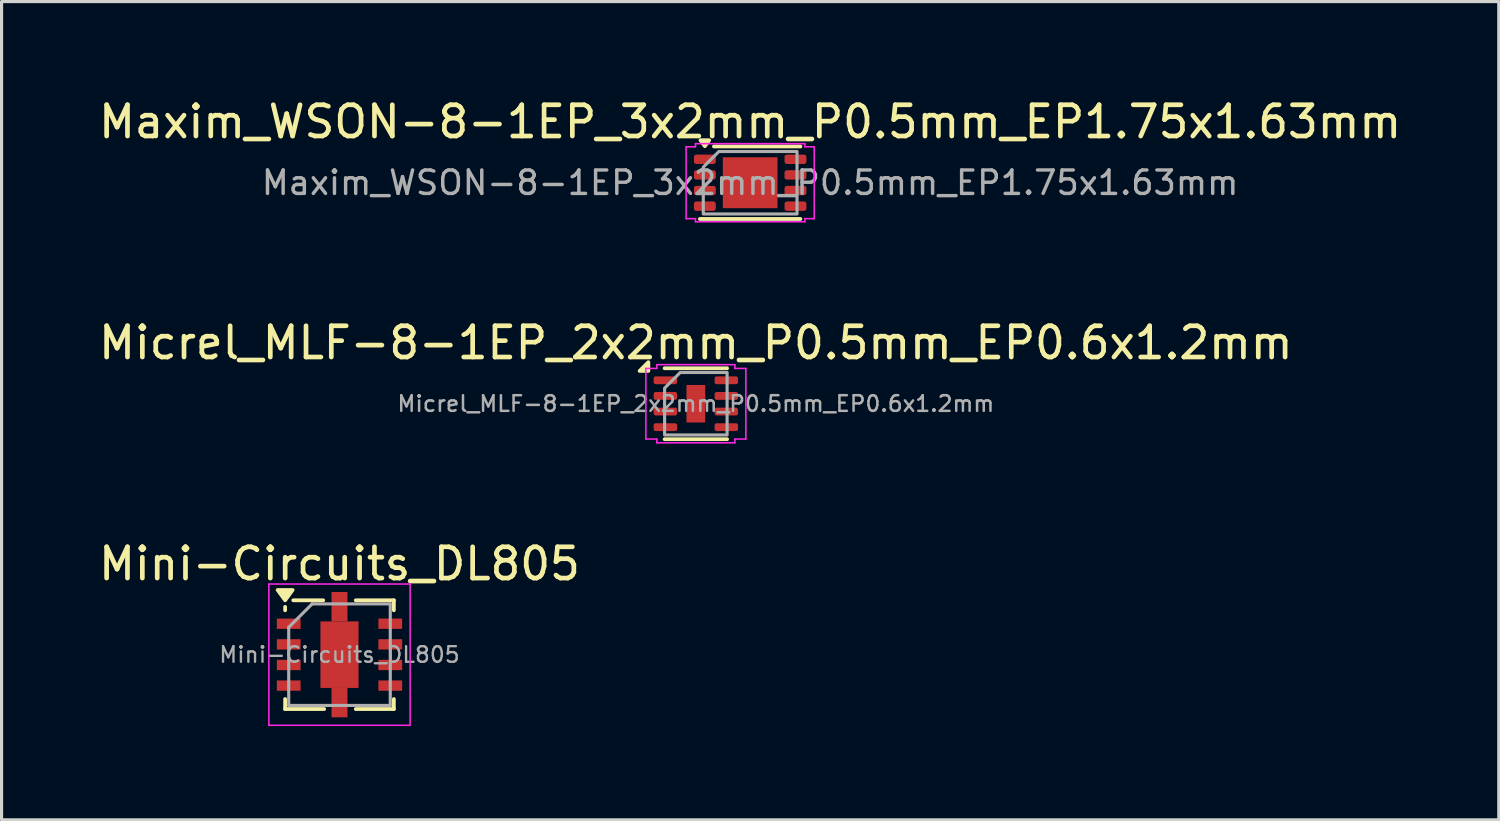
<source format=kicad_pcb>
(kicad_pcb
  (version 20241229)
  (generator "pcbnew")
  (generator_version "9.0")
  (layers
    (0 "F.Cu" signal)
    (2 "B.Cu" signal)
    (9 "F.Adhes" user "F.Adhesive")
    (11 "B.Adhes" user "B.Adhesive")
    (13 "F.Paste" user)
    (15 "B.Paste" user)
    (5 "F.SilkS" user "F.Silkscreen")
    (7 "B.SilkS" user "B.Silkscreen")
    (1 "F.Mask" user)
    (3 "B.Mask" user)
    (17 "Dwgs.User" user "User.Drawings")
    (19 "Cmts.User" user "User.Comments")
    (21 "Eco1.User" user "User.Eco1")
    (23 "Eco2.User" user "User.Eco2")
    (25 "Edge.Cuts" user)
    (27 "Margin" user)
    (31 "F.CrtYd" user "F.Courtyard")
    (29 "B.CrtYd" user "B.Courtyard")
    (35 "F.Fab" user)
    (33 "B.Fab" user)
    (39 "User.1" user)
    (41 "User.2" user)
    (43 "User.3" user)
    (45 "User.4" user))
  (footprint "Maxim_WSON-8-1EP_3x2mm_P0.5mm_EP1.75x1.63mm"
    (layer "F.Cu")
    (at 20.958 2.798)
    (property "Reference" "Maxim_WSON-8-1EP_3x2mm_P0.5mm_EP1.75x1.63mm" (at 0 -1.95 0) (layer "F.SilkS") (effects (font (size 1 1) (thickness 0.15))))
    (attr smd)
    (fp_line (start -1.159 -1.16) (end 1.61 -1.16) (stroke (width 0.12) (type solid)) (layer "F.SilkS"))
    (fp_line (start 1.61 1.16) (end -1.61 1.16) (stroke (width 0.12) (type solid)) (layer "F.SilkS"))
    (fp_poly (pts (xy -1.45 -1.17) (xy -1.59 -1.36) (xy -1.31 -1.36)) (stroke (width 0.12) (type solid)) (fill yes) (layer "F.SilkS"))
    (fp_line (start -2.05 -1.15) (end -1.75 -1.15) (stroke (width 0.05) (type solid)) (layer "F.CrtYd"))
    (fp_line (start -2.05 1.15) (end -2.05 -1.15) (stroke (width 0.05) (type solid)) (layer "F.CrtYd"))
    (fp_line (start -1.75 -1.25) (end 1.75 -1.25) (stroke (width 0.05) (type solid)) (layer "F.CrtYd"))
    (fp_line (start -1.75 -1.15) (end -1.75 -1.25) (stroke (width 0.05) (type solid)) (layer "F.CrtYd"))
    (fp_line (start -1.75 1.15) (end -2.05 1.15) (stroke (width 0.05) (type solid)) (layer "F.CrtYd"))
    (fp_line (start -1.75 1.25) (end -1.75 1.15) (stroke (width 0.05) (type solid)) (layer "F.CrtYd"))
    (fp_line (start 1.75 -1.25) (end 1.75 -1.15) (stroke (width 0.05) (type solid)) (layer "F.CrtYd"))
    (fp_line (start 1.75 -1.15) (end 2.05 -1.15) (stroke (width 0.05) (type solid)) (layer "F.CrtYd"))
    (fp_line (start 1.75 1.15) (end 1.75 1.25) (stroke (width 0.05) (type solid)) (layer "F.CrtYd"))
    (fp_line (start 1.75 1.25) (end -1.75 1.25) (stroke (width 0.05) (type solid)) (layer "F.CrtYd"))
    (fp_line (start 2.05 -1.15) (end 2.05 1.15) (stroke (width 0.05) (type solid)) (layer "F.CrtYd"))
    (fp_line (start 2.05 1.15) (end 1.75 1.15) (stroke (width 0.05) (type solid)) (layer "F.CrtYd"))
    (fp_poly (pts (xy -1.5 -0.5) (xy -1.5 1) (xy 1.5 1) (xy 1.5 -1) (xy -1 -1)) (stroke (width 0.1) (type solid)) (fill no) (layer "F.Fab"))
    (fp_text user "${REFERENCE}" (at 0 0 0) (layer "F.Fab") (effects (font (size 0.75 0.75) (thickness 0.11))))
    (pad "" smd roundrect (at 0 0) (size 1.41 1.31) (layers "F.Paste") (roundrect_rratio 0.191))
    (pad "1" smd roundrect (at -1.45 -0.75) (size 0.7 0.3) (layers "F.Cu" "F.Mask" "F.Paste") (roundrect_rratio 0.25))
    (pad "2" smd roundrect (at -1.45 -0.25) (size 0.7 0.3) (layers "F.Cu" "F.Mask" "F.Paste") (roundrect_rratio 0.25))
    (pad "3" smd roundrect (at -1.45 0.25) (size 0.7 0.3) (layers "F.Cu" "F.Mask" "F.Paste") (roundrect_rratio 0.25))
    (pad "4" smd roundrect (at -1.45 0.75) (size 0.7 0.3) (layers "F.Cu" "F.Mask" "F.Paste") (roundrect_rratio 0.25))
    (pad "5" smd roundrect (at 1.45 0.75) (size 0.7 0.3) (layers "F.Cu" "F.Mask" "F.Paste") (roundrect_rratio 0.25))
    (pad "6" smd roundrect (at 1.45 0.25) (size 0.7 0.3) (layers "F.Cu" "F.Mask" "F.Paste") (roundrect_rratio 0.25))
    (pad "7" smd roundrect (at 1.45 -0.25) (size 0.7 0.3) (layers "F.Cu" "F.Mask" "F.Paste") (roundrect_rratio 0.25))
    (pad "8" smd roundrect (at 1.45 -0.75) (size 0.7 0.3) (layers "F.Cu" "F.Mask" "F.Paste") (roundrect_rratio 0.25))
    (pad "9" smd rect (at 0 0) (size 1.75 1.63) (property pad_prop_heatsink) (layers "F.Cu" "F.Mask")))
  (footprint "Micrel_MLF-8-1EP_2x2mm_P0.5mm_EP0.6x1.2mm"
    (layer "F.Cu")
    (at 19.22 9.871)
    (property "Reference" "Micrel_MLF-8-1EP_2x2mm_P0.5mm_EP0.6x1.2mm" (at 0 -1.95 0) (layer "F.SilkS") (effects (font (size 1 1) (thickness 0.15))))
    (attr smd)
    (fp_line (start -1 -1.135) (end 1 -1.135) (stroke (width 0.12) (type solid)) (layer "F.SilkS"))
    (fp_line (start -1 1.135) (end 1 1.135) (stroke (width 0.12) (type solid)) (layer "F.SilkS"))
    (fp_poly (pts (xy -1.52 -1.05) (xy -1.8 -1.05) (xy -1.52 -1.33)) (stroke (width 0.12) (type solid)) (fill yes) (layer "F.SilkS"))
    (fp_line (start -1.6 -1.13) (end -1.25 -1.13) (stroke (width 0.05) (type solid)) (layer "F.CrtYd"))
    (fp_line (start -1.6 1.13) (end -1.6 -1.13) (stroke (width 0.05) (type solid)) (layer "F.CrtYd"))
    (fp_line (start -1.25 -1.25) (end 1.25 -1.25) (stroke (width 0.05) (type solid)) (layer "F.CrtYd"))
    (fp_line (start -1.25 -1.13) (end -1.25 -1.25) (stroke (width 0.05) (type solid)) (layer "F.CrtYd"))
    (fp_line (start -1.25 1.13) (end -1.6 1.13) (stroke (width 0.05) (type solid)) (layer "F.CrtYd"))
    (fp_line (start -1.25 1.25) (end -1.25 1.13) (stroke (width 0.05) (type solid)) (layer "F.CrtYd"))
    (fp_line (start 1.25 -1.25) (end 1.25 -1.13) (stroke (width 0.05) (type solid)) (layer "F.CrtYd"))
    (fp_line (start 1.25 -1.13) (end 1.6 -1.13) (stroke (width 0.05) (type solid)) (layer "F.CrtYd"))
    (fp_line (start 1.25 1.13) (end 1.25 1.25) (stroke (width 0.05) (type solid)) (layer "F.CrtYd"))
    (fp_line (start 1.25 1.25) (end -1.25 1.25) (stroke (width 0.05) (type solid)) (layer "F.CrtYd"))
    (fp_line (start 1.6 -1.13) (end 1.6 1.13) (stroke (width 0.05) (type solid)) (layer "F.CrtYd"))
    (fp_line (start 1.6 1.13) (end 1.25 1.13) (stroke (width 0.05) (type solid)) (layer "F.CrtYd"))
    (fp_poly (pts (xy -1 -0.5) (xy -1 1) (xy 1 1) (xy 1 -1) (xy -0.5 -1)) (stroke (width 0.1) (type solid)) (fill no) (layer "F.Fab"))
    (fp_text user "${REFERENCE}" (at 0 0 0) (layer "F.Fab") (effects (font (size 0.5 0.5) (thickness 0.08))))
    (pad "" smd roundrect (at 0 -0.3) (size 0.48 0.48) (layers "F.Paste") (roundrect_rratio 0.25))
    (pad "" smd roundrect (at 0 0.3) (size 0.48 0.48) (layers "F.Paste") (roundrect_rratio 0.25))
    (pad "1" smd roundrect (at -0.975 -0.75) (size 0.75 0.25) (layers "F.Cu" "F.Mask" "F.Paste") (roundrect_rratio 0.25))
    (pad "2" smd roundrect (at -0.975 -0.25) (size 0.75 0.25) (layers "F.Cu" "F.Mask" "F.Paste") (roundrect_rratio 0.25))
    (pad "3" smd roundrect (at -0.975 0.25) (size 0.75 0.25) (layers "F.Cu" "F.Mask" "F.Paste") (roundrect_rratio 0.25))
    (pad "4" smd roundrect (at -0.975 0.75) (size 0.75 0.25) (layers "F.Cu" "F.Mask" "F.Paste") (roundrect_rratio 0.25))
    (pad "5" smd roundrect (at 0.975 0.75) (size 0.75 0.25) (layers "F.Cu" "F.Mask" "F.Paste") (roundrect_rratio 0.25))
    (pad "6" smd roundrect (at 0.975 0.25) (size 0.75 0.25) (layers "F.Cu" "F.Mask" "F.Paste") (roundrect_rratio 0.25))
    (pad "7" smd roundrect (at 0.975 -0.25) (size 0.75 0.25) (layers "F.Cu" "F.Mask" "F.Paste") (roundrect_rratio 0.25))
    (pad "8" smd roundrect (at 0.975 -0.75) (size 0.75 0.25) (layers "F.Cu" "F.Mask" "F.Paste") (roundrect_rratio 0.25))
    (pad "9" smd rect (at 0 0) (size 0.6 1.2) (property pad_prop_heatsink) (layers "F.Cu" "F.Mask")))
  (footprint "Mini-Circuits_DL805"
    (layer "F.Cu")
    (at 7.815 17.902)
    (property "Reference" "Mini-Circuits_DL805" (at 0 -2.907 0) (layer "F.SilkS") (effects (font (size 1 1) (thickness 0.15))))
    (attr smd)
    (fp_line (start -1.74 -1.53) (end -1.74 -1.42) (stroke (width 0.12) (type default)) (layer "F.SilkS"))
    (fp_line (start -1.74 1.74) (end -1.74 1.42) (stroke (width 0.12) (type solid)) (layer "F.SilkS"))
    (fp_line (start -0.52 -1.74) (end -1.48 -1.74) (stroke (width 0.12) (type solid)) (layer "F.SilkS"))
    (fp_line (start -0.49 1.74) (end -1.74 1.74) (stroke (width 0.12) (type solid)) (layer "F.SilkS"))
    (fp_line (start 0.52 -1.74) (end 1.74 -1.74) (stroke (width 0.12) (type solid)) (layer "F.SilkS"))
    (fp_line (start 1.74 -1.74) (end 1.74 -1.42) (stroke (width 0.12) (type solid)) (layer "F.SilkS"))
    (fp_line (start 1.74 1.42) (end 1.74 1.74) (stroke (width 0.12) (type solid)) (layer "F.SilkS"))
    (fp_line (start 1.74 1.74) (end 0.52 1.74) (stroke (width 0.12) (type solid)) (layer "F.SilkS"))
    (fp_poly (pts (xy -1.74 -1.74) (xy -1.98 -2.07) (xy -1.5 -2.07) (xy -1.74 -1.74)) (stroke (width 0.12) (type solid)) (fill yes) (layer "F.SilkS"))
    (fp_line (start -2.26 -2.26) (end -2.26 2.26) (stroke (width 0.05) (type solid)) (layer "F.CrtYd"))
    (fp_line (start -2.26 2.26) (end 2.26 2.26) (stroke (width 0.05) (type solid)) (layer "F.CrtYd"))
    (fp_line (start 2.26 -2.26) (end -2.26 -2.26) (stroke (width 0.05) (type solid)) (layer "F.CrtYd"))
    (fp_line (start 2.26 2.26) (end 2.26 -2.26) (stroke (width 0.05) (type solid)) (layer "F.CrtYd"))
    (fp_line (start -1.625 -0.875) (end -0.875 -1.625) (stroke (width 0.1) (type solid)) (layer "F.Fab"))
    (fp_line (start -1.625 1.625) (end -1.625 -0.875) (stroke (width 0.1) (type solid)) (layer "F.Fab"))
    (fp_line (start -0.875 -1.625) (end 1.625 -1.625) (stroke (width 0.1) (type solid)) (layer "F.Fab"))
    (fp_line (start 1.625 -1.625) (end 1.625 1.625) (stroke (width 0.1) (type solid)) (layer "F.Fab"))
    (fp_line (start 1.625 1.625) (end -1.625 1.625) (stroke (width 0.1) (type solid)) (layer "F.Fab"))
    (fp_text user "${REFERENCE}" (at 0 0 0) (layer "F.Fab") (effects (font (size 0.5 0.5) (thickness 0.075))))
    (pad "1" smd rect (at -1.625 -0.99 270) (size 0.33 0.76) (layers "F.Cu" "F.Mask" "F.Paste"))
    (pad "2" smd rect (at -1.625 -0.33 270) (size 0.33 0.76) (layers "F.Cu" "F.Mask" "F.Paste"))
    (pad "3" smd rect (at -1.625 0.33 270) (size 0.33 0.76) (layers "F.Cu" "F.Mask" "F.Paste"))
    (pad "4" smd rect (at -1.625 0.99 270) (size 0.33 0.76) (layers "F.Cu" "F.Mask" "F.Paste"))
    (pad "5" smd rect (at 1.625 0.99 270) (size 0.33 0.76) (layers "F.Cu" "F.Mask" "F.Paste"))
    (pad "6" smd rect (at 1.625 0.33 270) (size 0.33 0.76) (layers "F.Cu" "F.Mask" "F.Paste"))
    (pad "7" smd rect (at 1.625 -0.33 270) (size 0.33 0.76) (layers "F.Cu" "F.Mask" "F.Paste"))
    (pad "8" smd rect (at 1.625 -0.99 270) (size 0.33 0.76) (layers "F.Cu" "F.Mask" "F.Paste"))
    (pad "9" smd rect (at 0 -1.535 270) (size 0.94 0.51) (layers "F.Cu" "F.Mask" "F.Paste"))
    (pad "9" smd rect (at 0 0 270) (size 2.13 1.22) (layers "F.Cu" "F.Mask" "F.Paste"))
    (pad "9" smd rect (at 0 1.535 270) (size 0.94 0.51) (layers "F.Cu" "F.Mask" "F.Paste")))
  (gr_rect
    (start -3 -3)
    (end 44.917 23.187)
    (stroke (width 0.1) (type default))
    (fill no)
    (layer "Edge.Cuts")))
</source>
